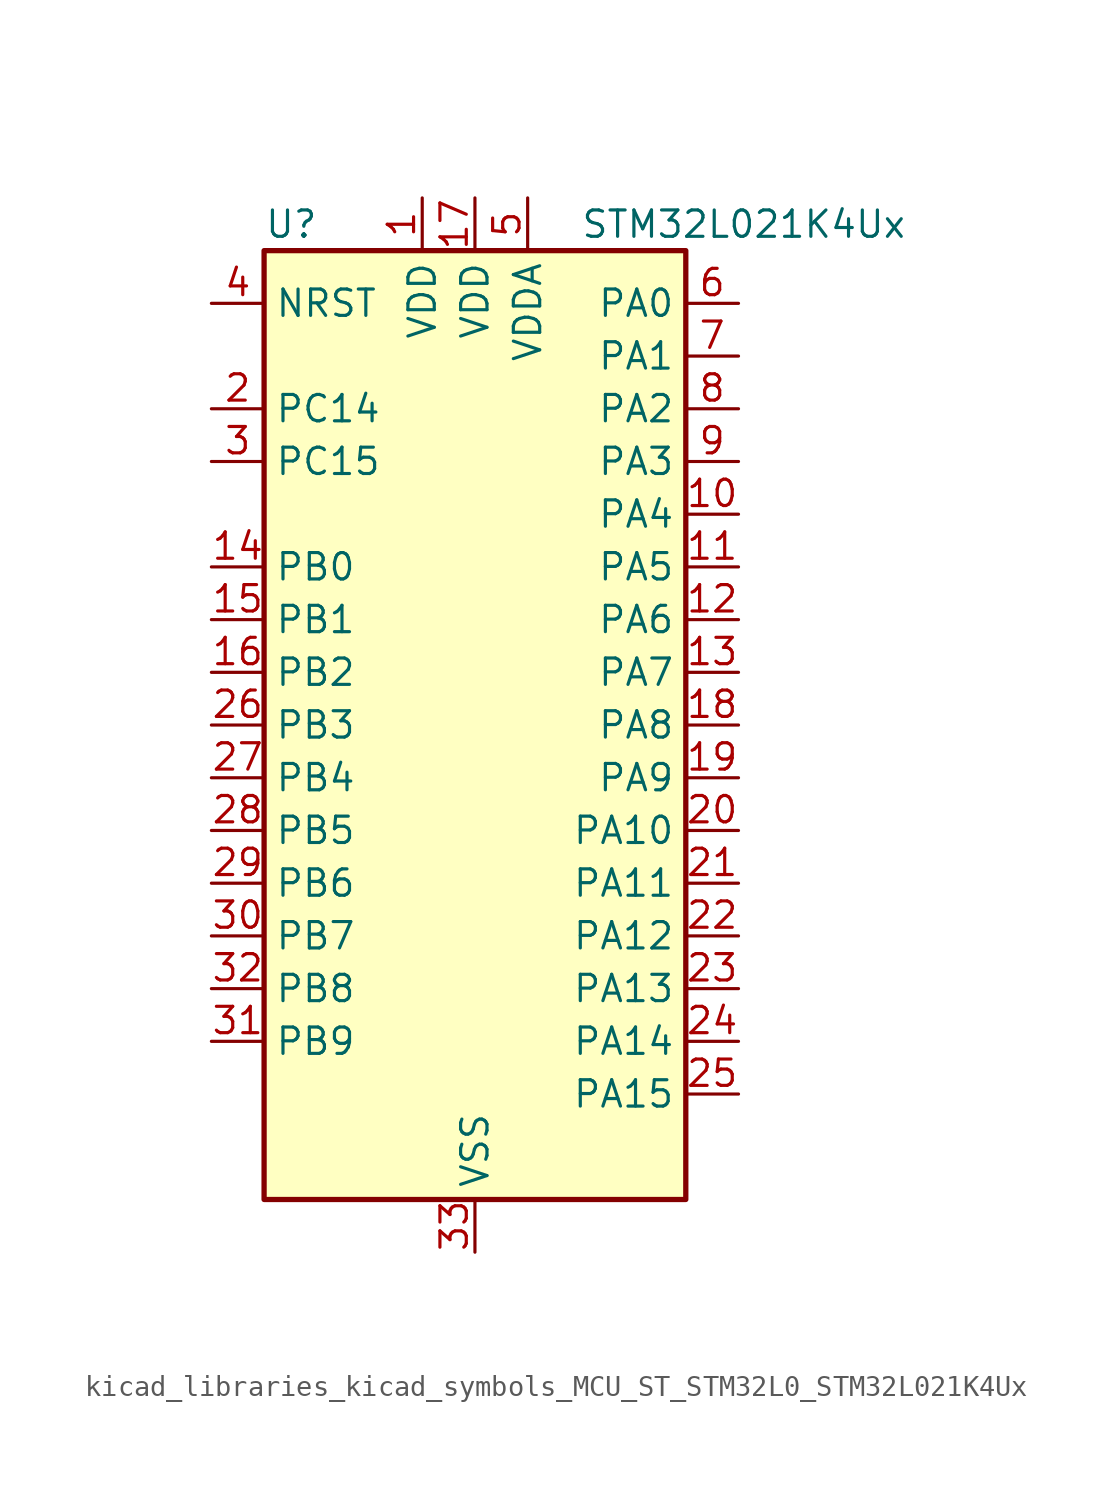
<source format=kicad_sym>
(kicad_symbol_lib
  (version 20220914)
  (generator kicad_symbol_editor)
  (symbol "kicad_libraries_kicad_symbols_MCU_ST_STM32L0_STM32L021K4Ux"
    (property "Reference" "U"
      (at -10.16 24.13 0)
      (effects (font (size 1.27 1.27)) (justify left)))
    (property "Value" "STM32L021K4Ux"
      (at 5.08 24.13 0)
      (effects (font (size 1.27 1.27)) (justify left)))
    (property "ki_locked" ""
      (at 0 0 0)
      (effects (font (size 1.27 1.27))))
    (symbol "kicad_libraries_kicad_symbols_MCU_ST_STM32L0_STM32L021K4Ux_0_1"
      (rectangle (start -10.16 -22.86) (end 10.16 22.86) (stroke (width 0.254) (type default)) (fill (type background))))
    (symbol "kicad_libraries_kicad_symbols_MCU_ST_STM32L0_STM32L021K4Ux_1_1"
      (pin power_in line (at -2.54 25.4 270) (length 2.54) (name "VDD" (effects (font (size 1.27 1.27)))) (number "1" (effects (font (size 1.27 1.27)))))
      (pin bidirectional line (at 12.7 10.16 180) (length 2.54) (name "PA4" (effects (font (size 1.27 1.27)))) (number "10" (effects (font (size 1.27 1.27)))) (alternate "ADC_IN4" bidirectional line) (alternate "COMP1_INM" bidirectional line) (alternate "COMP2_INM" bidirectional line) (alternate "COMP2_OUT" bidirectional line) (alternate "I2C1_SCL" bidirectional line) (alternate "LPTIM1_ETR" bidirectional line) (alternate "LPTIM1_IN1" bidirectional line) (alternate "LPUART1_TX" bidirectional line) (alternate "SPI1_NSS" bidirectional line) (alternate "TIM2_ETR" bidirectional line) (alternate "USART2_CK" bidirectional line))
      (pin bidirectional line (at 12.7 7.62 180) (length 2.54) (name "PA5" (effects (font (size 1.27 1.27)))) (number "11" (effects (font (size 1.27 1.27)))) (alternate "ADC_IN5" bidirectional line) (alternate "COMP1_INM" bidirectional line) (alternate "COMP2_INM" bidirectional line) (alternate "LPTIM1_IN2" bidirectional line) (alternate "SPI1_SCK" bidirectional line) (alternate "TIM2_CH1" bidirectional line) (alternate "TIM2_ETR" bidirectional line))
      (pin bidirectional line (at 12.7 5.08 180) (length 2.54) (name "PA6" (effects (font (size 1.27 1.27)))) (number "12" (effects (font (size 1.27 1.27)))) (alternate "ADC_IN6" bidirectional line) (alternate "COMP1_OUT" bidirectional line) (alternate "LPTIM1_ETR" bidirectional line) (alternate "LPUART1_CTS" bidirectional line) (alternate "SPI1_MISO" bidirectional line))
      (pin bidirectional line (at 12.7 2.54 180) (length 2.54) (name "PA7" (effects (font (size 1.27 1.27)))) (number "13" (effects (font (size 1.27 1.27)))) (alternate "ADC_IN7" bidirectional line) (alternate "COMP2_INP" bidirectional line) (alternate "COMP2_OUT" bidirectional line) (alternate "LPTIM1_OUT" bidirectional line) (alternate "SPI1_MOSI" bidirectional line) (alternate "TIM21_ETR" bidirectional line) (alternate "USART2_CTS" bidirectional line))
      (pin bidirectional line (at -12.7 7.62 0) (length 2.54) (name "PB0" (effects (font (size 1.27 1.27)))) (number "14" (effects (font (size 1.27 1.27)))) (alternate "ADC_IN8" bidirectional line) (alternate "SPI1_MISO" bidirectional line) (alternate "SYS_VREF_OUT_PB0" bidirectional line) (alternate "TIM2_CH2" bidirectional line) (alternate "TIM2_CH3" bidirectional line) (alternate "USART2_DE" bidirectional line) (alternate "USART2_RTS" bidirectional line))
      (pin bidirectional line (at -12.7 5.08 0) (length 2.54) (name "PB1" (effects (font (size 1.27 1.27)))) (number "15" (effects (font (size 1.27 1.27)))) (alternate "ADC_IN9" bidirectional line) (alternate "LPTIM1_IN1" bidirectional line) (alternate "LPUART1_DE" bidirectional line) (alternate "LPUART1_RTS" bidirectional line) (alternate "SPI1_MOSI" bidirectional line) (alternate "SYS_VREF_OUT_PB1" bidirectional line) (alternate "TIM2_CH4" bidirectional line) (alternate "USART2_CK" bidirectional line))
      (pin bidirectional line (at -12.7 2.54 0) (length 2.54) (name "PB2" (effects (font (size 1.27 1.27)))) (number "16" (effects (font (size 1.27 1.27)))) (alternate "LPTIM1_OUT" bidirectional line))
      (pin power_in line (at 0 25.4 270) (length 2.54) (name "VDD" (effects (font (size 1.27 1.27)))) (number "17" (effects (font (size 1.27 1.27)))))
      (pin bidirectional line (at 12.7 0 180) (length 2.54) (name "PA8" (effects (font (size 1.27 1.27)))) (number "18" (effects (font (size 1.27 1.27)))) (alternate "LPTIM1_IN1" bidirectional line) (alternate "RCC_MCO" bidirectional line) (alternate "TIM2_CH1" bidirectional line) (alternate "USART2_CK" bidirectional line))
      (pin bidirectional line (at 12.7 -2.54 180) (length 2.54) (name "PA9" (effects (font (size 1.27 1.27)))) (number "19" (effects (font (size 1.27 1.27)))) (alternate "COMP1_OUT" bidirectional line) (alternate "I2C1_SCL" bidirectional line) (alternate "LPTIM1_OUT" bidirectional line) (alternate "RCC_MCO" bidirectional line) (alternate "TIM21_CH2" bidirectional line) (alternate "USART2_TX" bidirectional line))
      (pin bidirectional line (at -12.7 15.24 0) (length 2.54) (name "PC14" (effects (font (size 1.27 1.27)))) (number "2" (effects (font (size 1.27 1.27)))) (alternate "RCC_OSC32_IN" bidirectional line))
      (pin bidirectional line (at 12.7 -5.08 180) (length 2.54) (name "PA10" (effects (font (size 1.27 1.27)))) (number "20" (effects (font (size 1.27 1.27)))) (alternate "COMP1_OUT" bidirectional line) (alternate "I2C1_SDA" bidirectional line) (alternate "RTC_REFIN" bidirectional line) (alternate "TIM21_CH1" bidirectional line) (alternate "TIM2_CH3" bidirectional line) (alternate "USART2_RX" bidirectional line))
      (pin bidirectional line (at 12.7 -7.62 180) (length 2.54) (name "PA11" (effects (font (size 1.27 1.27)))) (number "21" (effects (font (size 1.27 1.27)))) (alternate "ADC_EXTI11" bidirectional line) (alternate "COMP1_OUT" bidirectional line) (alternate "LPTIM1_OUT" bidirectional line) (alternate "SPI1_MISO" bidirectional line) (alternate "TIM21_CH2" bidirectional line) (alternate "USART2_CTS" bidirectional line))
      (pin bidirectional line (at 12.7 -10.16 180) (length 2.54) (name "PA12" (effects (font (size 1.27 1.27)))) (number "22" (effects (font (size 1.27 1.27)))) (alternate "COMP2_OUT" bidirectional line) (alternate "SPI1_MOSI" bidirectional line) (alternate "USART2_DE" bidirectional line) (alternate "USART2_RTS" bidirectional line))
      (pin bidirectional line (at 12.7 -12.7 180) (length 2.54) (name "PA13" (effects (font (size 1.27 1.27)))) (number "23" (effects (font (size 1.27 1.27)))) (alternate "COMP1_OUT" bidirectional line) (alternate "I2C1_SDA" bidirectional line) (alternate "LPTIM1_ETR" bidirectional line) (alternate "LPUART1_RX" bidirectional line) (alternate "SPI1_SCK" bidirectional line) (alternate "SYS_SWDIO" bidirectional line))
      (pin bidirectional line (at 12.7 -15.24 180) (length 2.54) (name "PA14" (effects (font (size 1.27 1.27)))) (number "24" (effects (font (size 1.27 1.27)))) (alternate "COMP2_OUT" bidirectional line) (alternate "I2C1_SMBA" bidirectional line) (alternate "LPTIM1_OUT" bidirectional line) (alternate "LPUART1_TX" bidirectional line) (alternate "SPI1_MISO" bidirectional line) (alternate "SYS_SWCLK" bidirectional line) (alternate "USART2_TX" bidirectional line))
      (pin bidirectional line (at 12.7 -17.78 180) (length 2.54) (name "PA15" (effects (font (size 1.27 1.27)))) (number "25" (effects (font (size 1.27 1.27)))) (alternate "SPI1_NSS" bidirectional line) (alternate "TIM2_CH1" bidirectional line) (alternate "TIM2_ETR" bidirectional line) (alternate "USART2_RX" bidirectional line))
      (pin bidirectional line (at -12.7 0 0) (length 2.54) (name "PB3" (effects (font (size 1.27 1.27)))) (number "26" (effects (font (size 1.27 1.27)))) (alternate "COMP2_INM" bidirectional line) (alternate "SPI1_SCK" bidirectional line) (alternate "TIM2_CH2" bidirectional line))
      (pin bidirectional line (at -12.7 -2.54 0) (length 2.54) (name "PB4" (effects (font (size 1.27 1.27)))) (number "27" (effects (font (size 1.27 1.27)))) (alternate "COMP2_INP" bidirectional line) (alternate "SPI1_MISO" bidirectional line))
      (pin bidirectional line (at -12.7 -5.08 0) (length 2.54) (name "PB5" (effects (font (size 1.27 1.27)))) (number "28" (effects (font (size 1.27 1.27)))) (alternate "COMP2_INP" bidirectional line) (alternate "I2C1_SMBA" bidirectional line) (alternate "LPTIM1_IN1" bidirectional line) (alternate "SPI1_MOSI" bidirectional line) (alternate "TIM21_CH1" bidirectional line))
      (pin bidirectional line (at -12.7 -7.62 0) (length 2.54) (name "PB6" (effects (font (size 1.27 1.27)))) (number "29" (effects (font (size 1.27 1.27)))) (alternate "COMP2_INP" bidirectional line) (alternate "I2C1_SCL" bidirectional line) (alternate "LPTIM1_ETR" bidirectional line) (alternate "LPUART1_TX" bidirectional line) (alternate "TIM2_CH3" bidirectional line) (alternate "USART2_TX" bidirectional line))
      (pin bidirectional line (at -12.7 12.7 0) (length 2.54) (name "PC15" (effects (font (size 1.27 1.27)))) (number "3" (effects (font (size 1.27 1.27)))) (alternate "RCC_OSC32_OUT" bidirectional line))
      (pin bidirectional line (at -12.7 -10.16 0) (length 2.54) (name "PB7" (effects (font (size 1.27 1.27)))) (number "30" (effects (font (size 1.27 1.27)))) (alternate "COMP2_INP" bidirectional line) (alternate "I2C1_SDA" bidirectional line) (alternate "LPTIM1_IN2" bidirectional line) (alternate "LPUART1_RX" bidirectional line) (alternate "SYS_PVD_IN" bidirectional line) (alternate "TIM2_CH4" bidirectional line) (alternate "USART2_RX" bidirectional line))
      (pin bidirectional line (at -12.7 -15.24 0) (length 2.54) (name "PB9" (effects (font (size 1.27 1.27)))) (number "31" (effects (font (size 1.27 1.27)))))
      (pin bidirectional line (at -12.7 -12.7 0) (length 2.54) (name "PB8" (effects (font (size 1.27 1.27)))) (number "32" (effects (font (size 1.27 1.27)))) (alternate "I2C1_SCL" bidirectional line) (alternate "SPI1_NSS" bidirectional line) (alternate "USART2_TX" bidirectional line))
      (pin power_in line (at 0 -25.4 90) (length 2.54) (name "VSS" (effects (font (size 1.27 1.27)))) (number "33" (effects (font (size 1.27 1.27)))))
      (pin input line (at -12.7 20.32 0) (length 2.54) (name "NRST" (effects (font (size 1.27 1.27)))) (number "4" (effects (font (size 1.27 1.27)))))
      (pin power_in line (at 2.54 25.4 270) (length 2.54) (name "VDDA" (effects (font (size 1.27 1.27)))) (number "5" (effects (font (size 1.27 1.27)))))
      (pin bidirectional line (at 12.7 20.32 180) (length 2.54) (name "PA0" (effects (font (size 1.27 1.27)))) (number "6" (effects (font (size 1.27 1.27)))) (alternate "ADC_IN0" bidirectional line) (alternate "COMP1_INM" bidirectional line) (alternate "COMP1_OUT" bidirectional line) (alternate "LPTIM1_IN1" bidirectional line) (alternate "LPUART1_RX" bidirectional line) (alternate "RCC_CK_IN" bidirectional line) (alternate "RTC_TAMP2" bidirectional line) (alternate "SYS_WKUP1" bidirectional line) (alternate "TIM2_CH1" bidirectional line) (alternate "TIM2_ETR" bidirectional line) (alternate "USART2_CTS" bidirectional line) (alternate "USART2_RX" bidirectional line))
      (pin bidirectional line (at 12.7 17.78 180) (length 2.54) (name "PA1" (effects (font (size 1.27 1.27)))) (number "7" (effects (font (size 1.27 1.27)))) (alternate "ADC_IN1" bidirectional line) (alternate "COMP1_INP" bidirectional line) (alternate "I2C1_SMBA" bidirectional line) (alternate "LPTIM1_IN2" bidirectional line) (alternate "LPUART1_TX" bidirectional line) (alternate "TIM21_ETR" bidirectional line) (alternate "TIM2_CH2" bidirectional line) (alternate "USART2_DE" bidirectional line) (alternate "USART2_RTS" bidirectional line))
      (pin bidirectional line (at 12.7 15.24 180) (length 2.54) (name "PA2" (effects (font (size 1.27 1.27)))) (number "8" (effects (font (size 1.27 1.27)))) (alternate "ADC_IN2" bidirectional line) (alternate "COMP2_INM" bidirectional line) (alternate "COMP2_OUT" bidirectional line) (alternate "LPUART1_TX" bidirectional line) (alternate "RTC_OUT_ALARM" bidirectional line) (alternate "RTC_OUT_CALIB" bidirectional line) (alternate "RTC_TAMP3" bidirectional line) (alternate "RTC_TS" bidirectional line) (alternate "SYS_WKUP3" bidirectional line) (alternate "TIM21_CH1" bidirectional line) (alternate "TIM2_CH3" bidirectional line) (alternate "USART2_TX" bidirectional line))
      (pin bidirectional line (at 12.7 12.7 180) (length 2.54) (name "PA3" (effects (font (size 1.27 1.27)))) (number "9" (effects (font (size 1.27 1.27)))) (alternate "ADC_IN3" bidirectional line) (alternate "COMP2_INP" bidirectional line) (alternate "LPUART1_RX" bidirectional line) (alternate "TIM21_CH2" bidirectional line) (alternate "TIM2_CH4" bidirectional line) (alternate "USART2_RX" bidirectional line)))))
</source>
